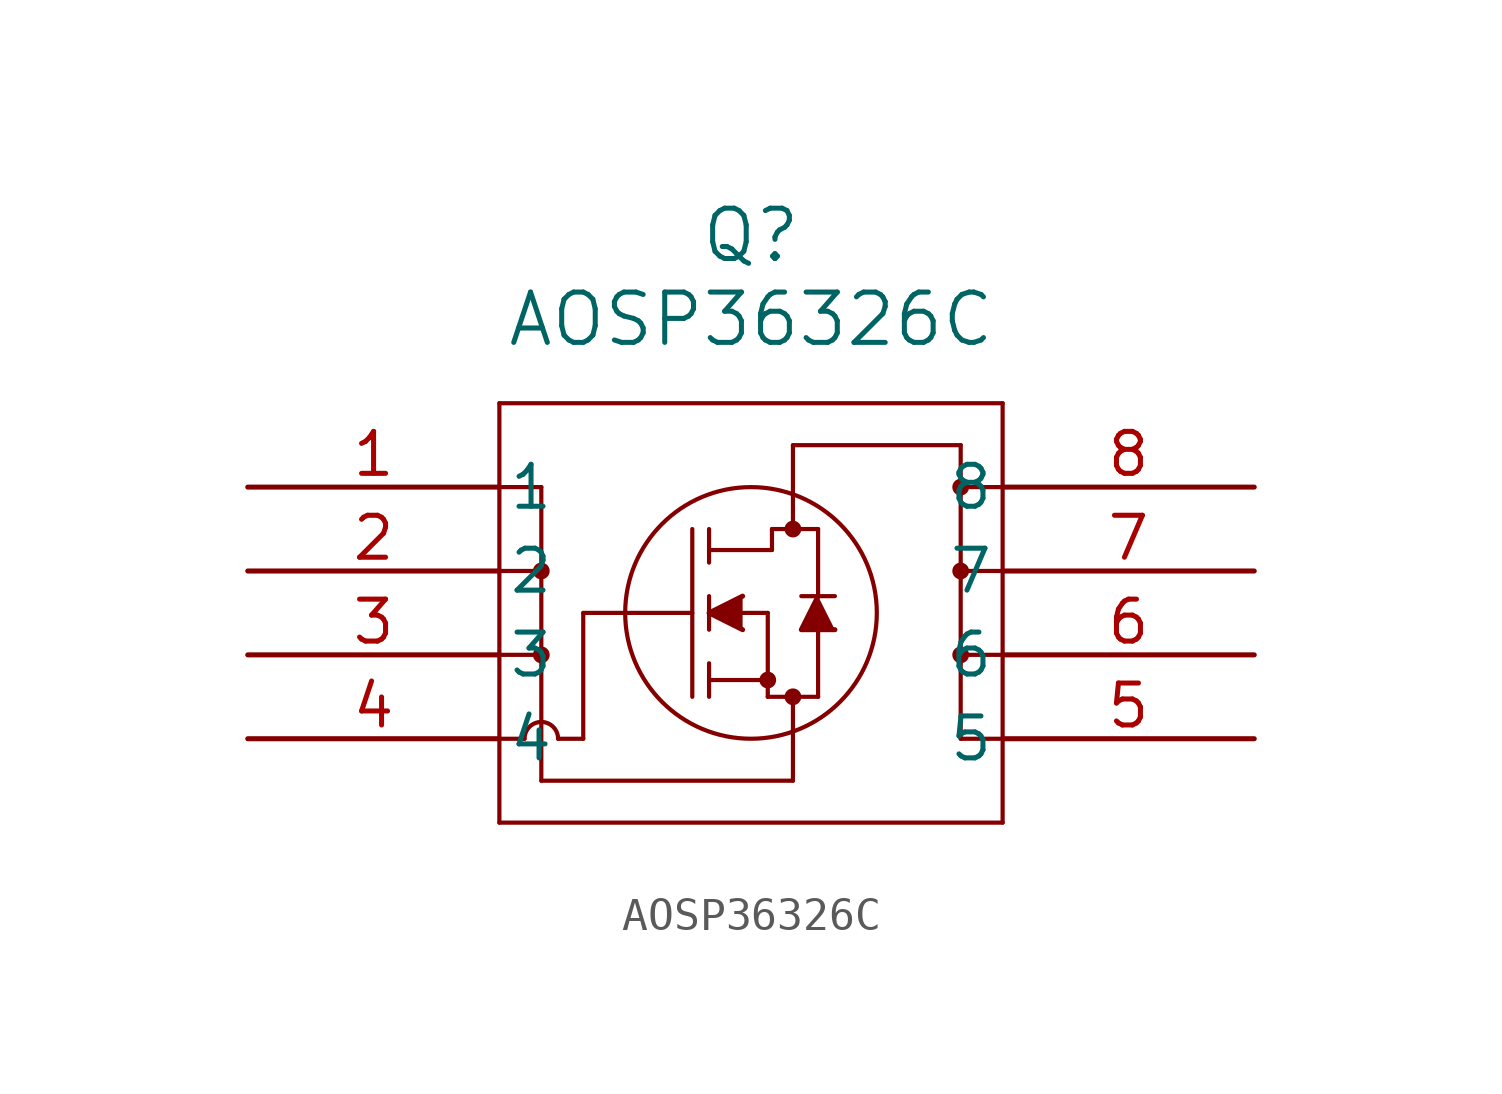
<source format=kicad_sym>
(kicad_symbol_lib
  (version 20211014)
  (generator kicad_symbol_editor)
  (symbol "AOSP36326C"
    (pin_names
      (offset 0.254))
    (property "Reference" "Q"
      (at 15.24 7.62 0)
      (effects (font (size 1.524 1.524))))
    (property "Value" "AOSP36326C"
      (at 15.24 5.08 0)
      (effects (font (size 1.524 1.524))))
    (symbol "AOSP36326C_0_1"
      (polyline (pts (xy 7.62 2.54) (xy 7.62 -10.16)) (stroke (width 0.127) (type default) (color 0 0 0 0)) (fill (type none)))
      (polyline (pts (xy 7.62 -10.16) (xy 22.86 -10.16)) (stroke (width 0.127) (type default) (color 0 0 0 0)) (fill (type none)))
      (polyline (pts (xy 22.86 -10.16) (xy 22.86 2.54)) (stroke (width 0.127) (type default) (color 0 0 0 0)) (fill (type none)))
      (polyline (pts (xy 22.86 2.54) (xy 7.62 2.54)) (stroke (width 0.127) (type default) (color 0 0 0 0)) (fill (type none)))
      (circle (center 16.51 -1.27) (radius 0.127) (stroke (width 0.254) (type default) (color 0 0 0 0)) (fill (type none)))
      (circle (center 16.51 -6.35) (radius 0.127) (stroke (width 0.254) (type default) (color 0 0 0 0)) (fill (type none)))
      (circle (center 15.748 -5.842) (radius 0.127) (stroke (width 0.254) (type default) (color 0 0 0 0)) (fill (type none)))
      (circle (center 15.24 -3.81) (radius 3.81) (stroke (width 0.127) (type default) (color 0 0 0 0)) (fill (type none)))
      (polyline (pts (xy 10.16 -3.81) (xy 13.462 -3.81)) (stroke (width 0.127) (type default) (color 0 0 0 0)) (fill (type none)))
      (polyline (pts (xy 13.462 -6.35) (xy 13.462 -1.27)) (stroke (width 0.127) (type default) (color 0 0 0 0)) (fill (type none)))
      (polyline (pts (xy 13.97 -4.318) (xy 13.97 -3.302)) (stroke (width 0.127) (type default) (color 0 0 0 0)) (fill (type none)))
      (polyline (pts (xy 13.97 -6.35) (xy 13.97 -5.334)) (stroke (width 0.127) (type default) (color 0 0 0 0)) (fill (type none)))
      (polyline (pts (xy 13.97 -2.286) (xy 13.97 -1.27)) (stroke (width 0.127) (type default) (color 0 0 0 0)) (fill (type none)))
      (polyline (pts (xy 14.986 -3.81) (xy 15.748 -3.81)) (stroke (width 0.127) (type default) (color 0 0 0 0)) (fill (type none)))
      (polyline (pts (xy 13.97 -5.842) (xy 15.748 -5.842)) (stroke (width 0.127) (type default) (color 0 0 0 0)) (fill (type none)))
      (polyline (pts (xy 15.748 -6.35) (xy 15.748 -3.81)) (stroke (width 0.127) (type default) (color 0 0 0 0)) (fill (type none)))
      (polyline (pts (xy 15.748 -6.35) (xy 17.272 -6.35)) (stroke (width 0.127) (type default) (color 0 0 0 0)) (fill (type none)))
      (polyline (pts (xy 13.97 -1.905) (xy 15.875 -1.905)) (stroke (width 0.127) (type default) (color 0 0 0 0)) (fill (type none)))
      (polyline (pts (xy 17.272 -3.302) (xy 17.272 -1.27)) (stroke (width 0.127) (type default) (color 0 0 0 0)) (fill (type none)))
      (polyline (pts (xy 17.272 -6.35) (xy 17.272 -4.318)) (stroke (width 0.127) (type default) (color 0 0 0 0)) (fill (type none)))
      (polyline (pts (xy 17.78 -3.302) (xy 16.764 -3.302)) (stroke (width 0.127) (type default) (color 0 0 0 0)) (fill (type none)))
      (polyline (pts (xy 15.875 -1.27) (xy 17.272 -1.27)) (stroke (width 0.127) (type default) (color 0 0 0 0)) (fill (type none)))
      (polyline (pts (xy 15.875 -1.905) (xy 15.875 -1.27)) (stroke (width 0.127) (type default) (color 0 0 0 0)) (fill (type none)))
      (polyline (pts (xy 7.62 -7.62) (xy 8.382 -7.62)) (stroke (width 0.127) (type default) (color 0 0 0 0)) (fill (type none)))
      (polyline (pts (xy 8.89 0) (xy 8.89 -8.89)) (stroke (width 0.127) (type default) (color 0 0 0 0)) (fill (type none)))
      (polyline (pts (xy 7.62 0) (xy 8.89 0)) (stroke (width 0.127) (type default) (color 0 0 0 0)) (fill (type none)))
      (polyline (pts (xy 7.62 -2.54) (xy 8.89 -2.54)) (stroke (width 0.127) (type default) (color 0 0 0 0)) (fill (type none)))
      (polyline (pts (xy 7.62 -5.08) (xy 8.89 -5.08)) (stroke (width 0.127) (type default) (color 0 0 0 0)) (fill (type none)))
      (arc (start 9.398 -7.62) (mid 8.89 -7.112) (end 8.382 -7.62) (stroke (width 0.127) (type default) (color 0 0 0 0)) (fill (type none)))
      (polyline (pts (xy 10.16 -7.62) (xy 9.398 -7.62)) (stroke (width 0.127) (type default) (color 0 0 0 0)) (fill (type none)))
      (polyline (pts (xy 8.89 -8.89) (xy 16.51 -8.89)) (stroke (width 0.127) (type default) (color 0 0 0 0)) (fill (type none)))
      (polyline (pts (xy 16.51 -8.89) (xy 16.51 -6.35)) (stroke (width 0.127) (type default) (color 0 0 0 0)) (fill (type none)))
      (polyline (pts (xy 22.86 -7.62) (xy 21.59 -7.62)) (stroke (width 0.127) (type default) (color 0 0 0 0)) (fill (type none)))
      (polyline (pts (xy 21.59 -7.62) (xy 21.59 1.27)) (stroke (width 0.127) (type default) (color 0 0 0 0)) (fill (type none)))
      (polyline (pts (xy 22.86 -5.08) (xy 21.59 -5.08)) (stroke (width 0.127) (type default) (color 0 0 0 0)) (fill (type none)))
      (polyline (pts (xy 22.86 -2.54) (xy 21.59 -2.54)) (stroke (width 0.127) (type default) (color 0 0 0 0)) (fill (type none)))
      (polyline (pts (xy 21.59 1.27) (xy 16.51 1.27)) (stroke (width 0.127) (type default) (color 0 0 0 0)) (fill (type none)))
      (polyline (pts (xy 16.51 1.27) (xy 16.51 -1.27)) (stroke (width 0.127) (type default) (color 0 0 0 0)) (fill (type none)))
      (circle (center 8.89 -2.54) (radius 0.127) (stroke (width 0.254) (type default) (color 0 0 0 0)) (fill (type none)))
      (circle (center 8.89 -5.08) (radius 0.127) (stroke (width 0.254) (type default) (color 0 0 0 0)) (fill (type none)))
      (polyline (pts (xy 10.16 -3.81) (xy 10.16 -7.62)) (stroke (width 0.127) (type default) (color 0 0 0 0)) (fill (type none)))
      (circle (center 21.59 0) (radius 0.127) (stroke (width 0.254) (type default) (color 0 0 0 0)) (fill (type none)))
      (circle (center 21.59 -2.54) (radius 0.127) (stroke (width 0.254) (type default) (color 0 0 0 0)) (fill (type none)))
      (circle (center 21.59 -5.08) (radius 0.127) (stroke (width 0.254) (type default) (color 0 0 0 0)) (fill (type none)))
      (polyline (pts (xy 14.986 -3.302) (xy 13.97 -3.81) (xy 14.986 -4.318)) (stroke (width 0) (type default) (color 0 0 0 0)) (fill (type outline)))
      (polyline (pts (xy 17.78 -4.318) (xy 16.764 -4.318) (xy 17.272 -3.302)) (stroke (width 0) (type default) (color 0 0 0 0)) (fill (type outline)))
      (polyline (pts (xy 22.86 0) (xy 21.59 0)) (stroke (width 0.127) (type default) (color 0 0 0 0)) (fill (type none)))
      (pin unspecified line (at 0 0 0) (length 7.62) (name "1" (effects (font (size 1.27 1.27)))) (number "1" (effects (font (size 1.27 1.27)))))
      (pin unspecified line (at 0 -2.54 0) (length 7.62) (name "2" (effects (font (size 1.27 1.27)))) (number "2" (effects (font (size 1.27 1.27)))))
      (pin unspecified line (at 0 -5.08 0) (length 7.62) (name "3" (effects (font (size 1.27 1.27)))) (number "3" (effects (font (size 1.27 1.27)))))
      (pin unspecified line (at 0 -7.62 0) (length 7.62) (name "4" (effects (font (size 1.27 1.27)))) (number "4" (effects (font (size 1.27 1.27)))))
      (pin unspecified line (at 30.48 -7.62 180) (length 7.62) (name "5" (effects (font (size 1.27 1.27)))) (number "5" (effects (font (size 1.27 1.27)))))
      (pin unspecified line (at 30.48 -5.08 180) (length 7.62) (name "6" (effects (font (size 1.27 1.27)))) (number "6" (effects (font (size 1.27 1.27)))))
      (pin unspecified line (at 30.48 -2.54 180) (length 7.62) (name "7" (effects (font (size 1.27 1.27)))) (number "7" (effects (font (size 1.27 1.27)))))
      (pin unspecified line (at 30.48 0 180) (length 7.62) (name "8" (effects (font (size 1.27 1.27)))) (number "8" (effects (font (size 1.27 1.27))))))))
</source>
